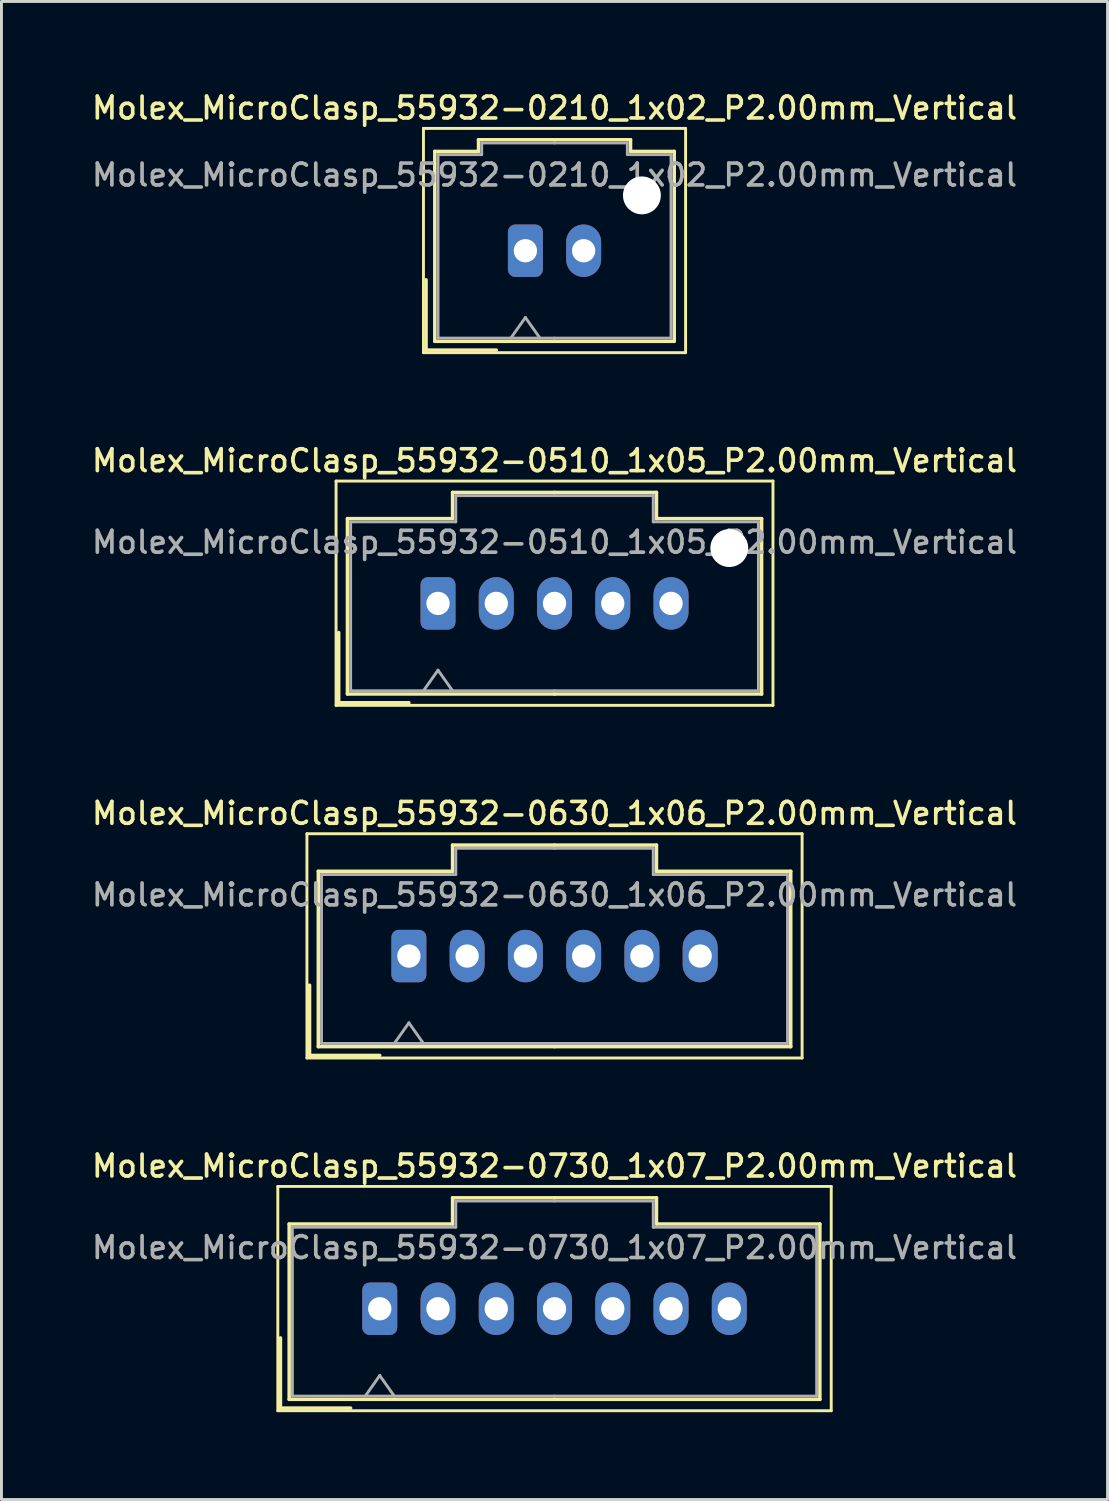
<source format=kicad_pcb>
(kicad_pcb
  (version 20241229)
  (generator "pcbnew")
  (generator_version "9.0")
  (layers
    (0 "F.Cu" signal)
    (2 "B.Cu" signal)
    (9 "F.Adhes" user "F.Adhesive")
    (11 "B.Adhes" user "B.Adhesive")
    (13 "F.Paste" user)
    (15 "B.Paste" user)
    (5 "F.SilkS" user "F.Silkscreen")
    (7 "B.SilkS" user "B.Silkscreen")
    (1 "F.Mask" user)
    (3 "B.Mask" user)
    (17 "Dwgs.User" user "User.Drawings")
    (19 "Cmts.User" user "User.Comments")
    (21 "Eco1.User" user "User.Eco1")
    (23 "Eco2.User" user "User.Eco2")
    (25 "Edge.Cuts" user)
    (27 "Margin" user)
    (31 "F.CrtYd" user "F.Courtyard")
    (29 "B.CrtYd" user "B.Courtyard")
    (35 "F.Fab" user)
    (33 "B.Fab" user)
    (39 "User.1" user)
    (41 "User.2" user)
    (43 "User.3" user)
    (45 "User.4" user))
  (footprint "Molex_MicroClasp_55932-0210_1x02_P2.00mm_Vertical"
    (layer "F.Cu")
    (at 14.988 5.558)
    (property "Reference" "Molex_MicroClasp_55932-0210_1x02_P2.00mm_Vertical" (at 1 -4.9 0) (layer "F.SilkS") (effects (font (size 0.75 0.75) (thickness 0.125))))
    (attr through_hole)
    (fp_line (start -3.5 -4.2) (end -3.5 3.5) (stroke (width 0.1) (type solid)) (layer "F.SilkS"))
    (fp_line (start -3.5 3.5) (end 5.5 3.5) (stroke (width 0.1) (type solid)) (layer "F.SilkS"))
    (fp_line (start -3.41 1) (end -3.41 3.41) (stroke (width 0.12) (type solid)) (layer "F.SilkS"))
    (fp_line (start -3.41 3.41) (end -1 3.41) (stroke (width 0.12) (type solid)) (layer "F.SilkS"))
    (fp_line (start -3.11 -3.41) (end -3.11 3.11) (stroke (width 0.12) (type solid)) (layer "F.SilkS"))
    (fp_line (start -3.11 3.11) (end 1 3.11) (stroke (width 0.12) (type solid)) (layer "F.SilkS"))
    (fp_line (start -1.61 -3.81) (end -1.61 -3.41) (stroke (width 0.12) (type solid)) (layer "F.SilkS"))
    (fp_line (start -1.61 -3.41) (end -3.11 -3.41) (stroke (width 0.12) (type solid)) (layer "F.SilkS"))
    (fp_line (start 1 -3.81) (end -1.61 -3.81) (stroke (width 0.12) (type solid)) (layer "F.SilkS"))
    (fp_line (start 1 -3.81) (end 3.61 -3.81) (stroke (width 0.12) (type solid)) (layer "F.SilkS"))
    (fp_line (start 3.61 -3.81) (end 3.61 -3.41) (stroke (width 0.12) (type solid)) (layer "F.SilkS"))
    (fp_line (start 3.61 -3.41) (end 5.11 -3.41) (stroke (width 0.12) (type solid)) (layer "F.SilkS"))
    (fp_line (start 5.11 -3.41) (end 5.11 3.11) (stroke (width 0.12) (type solid)) (layer "F.SilkS"))
    (fp_line (start 5.11 3.11) (end 1 3.11) (stroke (width 0.12) (type solid)) (layer "F.SilkS"))
    (fp_line (start 5.5 -4.2) (end -3.5 -4.2) (stroke (width 0.1) (type solid)) (layer "F.SilkS"))
    (fp_line (start 5.5 3.5) (end 5.5 -4.2) (stroke (width 0.1) (type solid)) (layer "F.SilkS"))
    (fp_line (start -3 -3.3) (end -3 3) (stroke (width 0.1) (type solid)) (layer "F.Fab"))
    (fp_line (start -3 3) (end 1 3) (stroke (width 0.1) (type solid)) (layer "F.Fab"))
    (fp_line (start -1.5 -3.7) (end -1.5 -3.3) (stroke (width 0.1) (type solid)) (layer "F.Fab"))
    (fp_line (start -1.5 -3.3) (end -3 -3.3) (stroke (width 0.1) (type solid)) (layer "F.Fab"))
    (fp_line (start -0.5 3) (end 0 2.293) (stroke (width 0.1) (type solid)) (layer "F.Fab"))
    (fp_line (start 0 2.293) (end 0.5 3) (stroke (width 0.1) (type solid)) (layer "F.Fab"))
    (fp_line (start 1 -3.7) (end -1.5 -3.7) (stroke (width 0.1) (type solid)) (layer "F.Fab"))
    (fp_line (start 1 -3.7) (end 3.5 -3.7) (stroke (width 0.1) (type solid)) (layer "F.Fab"))
    (fp_line (start 3.5 -3.7) (end 3.5 -3.3) (stroke (width 0.1) (type solid)) (layer "F.Fab"))
    (fp_line (start 3.5 -3.3) (end 5 -3.3) (stroke (width 0.1) (type solid)) (layer "F.Fab"))
    (fp_line (start 5 -3.3) (end 5 3) (stroke (width 0.1) (type solid)) (layer "F.Fab"))
    (fp_line (start 5 3) (end 1 3) (stroke (width 0.1) (type solid)) (layer "F.Fab"))
    (fp_text user "${REFERENCE}" (at 1 -2.6 0) (layer "F.Fab") (effects (font (size 0.75 0.75) (thickness 0.125))))
    (pad "" np_thru_hole circle (at 4 -1.9) (size 1.3 1.3) (drill 1.3) (layers "*.Cu" "*.Mask"))
    (pad "1" thru_hole roundrect (at 0 0) (size 1.2 1.8) (drill 0.8) (layers "*.Cu" "*.Mask") (roundrect_rratio 0.208))
    (pad "2" thru_hole oval (at 2 0) (size 1.2 1.8) (drill 0.8) (layers "*.Cu" "*.Mask")))
  (footprint "Molex_MicroClasp_55932-0630_1x06_P2.00mm_Vertical"
    (layer "F.Cu")
    (at 10.988 29.774)
    (property "Reference" "Molex_MicroClasp_55932-0630_1x06_P2.00mm_Vertical" (at 5 -4.9 0) (layer "F.SilkS") (effects (font (size 0.75 0.75) (thickness 0.125))))
    (attr through_hole)
    (fp_line (start -3.5 -4.2) (end -3.5 3.5) (stroke (width 0.1) (type solid)) (layer "F.SilkS"))
    (fp_line (start -3.5 3.5) (end 13.5 3.5) (stroke (width 0.1) (type solid)) (layer "F.SilkS"))
    (fp_line (start -3.41 1) (end -3.41 3.41) (stroke (width 0.12) (type solid)) (layer "F.SilkS"))
    (fp_line (start -3.41 3.41) (end -1 3.41) (stroke (width 0.12) (type solid)) (layer "F.SilkS"))
    (fp_line (start -3.11 -2.91) (end -3.11 3.11) (stroke (width 0.12) (type solid)) (layer "F.SilkS"))
    (fp_line (start -3.11 3.11) (end 5 3.11) (stroke (width 0.12) (type solid)) (layer "F.SilkS"))
    (fp_line (start 1.5 -3.81) (end 1.5 -2.91) (stroke (width 0.12) (type solid)) (layer "F.SilkS"))
    (fp_line (start 1.5 -2.91) (end -3.11 -2.91) (stroke (width 0.12) (type solid)) (layer "F.SilkS"))
    (fp_line (start 5 -3.81) (end 1.5 -3.81) (stroke (width 0.12) (type solid)) (layer "F.SilkS"))
    (fp_line (start 5 -3.81) (end 8.5 -3.81) (stroke (width 0.12) (type solid)) (layer "F.SilkS"))
    (fp_line (start 8.5 -3.81) (end 8.5 -2.91) (stroke (width 0.12) (type solid)) (layer "F.SilkS"))
    (fp_line (start 8.5 -2.91) (end 13.11 -2.91) (stroke (width 0.12) (type solid)) (layer "F.SilkS"))
    (fp_line (start 13.11 -2.91) (end 13.11 3.11) (stroke (width 0.12) (type solid)) (layer "F.SilkS"))
    (fp_line (start 13.11 3.11) (end 5 3.11) (stroke (width 0.12) (type solid)) (layer "F.SilkS"))
    (fp_line (start 13.5 -4.2) (end -3.5 -4.2) (stroke (width 0.1) (type solid)) (layer "F.SilkS"))
    (fp_line (start 13.5 3.5) (end 13.5 -4.2) (stroke (width 0.1) (type solid)) (layer "F.SilkS"))
    (fp_line (start -3 -2.8) (end -3 3) (stroke (width 0.1) (type solid)) (layer "F.Fab"))
    (fp_line (start -3 3) (end 5 3) (stroke (width 0.1) (type solid)) (layer "F.Fab"))
    (fp_line (start -0.5 3) (end 0 2.293) (stroke (width 0.1) (type solid)) (layer "F.Fab"))
    (fp_line (start 0 2.293) (end 0.5 3) (stroke (width 0.1) (type solid)) (layer "F.Fab"))
    (fp_line (start 1.61 -3.7) (end 1.61 -2.8) (stroke (width 0.1) (type solid)) (layer "F.Fab"))
    (fp_line (start 1.61 -2.8) (end -3 -2.8) (stroke (width 0.1) (type solid)) (layer "F.Fab"))
    (fp_line (start 5 -3.7) (end 1.61 -3.7) (stroke (width 0.1) (type solid)) (layer "F.Fab"))
    (fp_line (start 5 -3.7) (end 8.39 -3.7) (stroke (width 0.1) (type solid)) (layer "F.Fab"))
    (fp_line (start 8.39 -3.7) (end 8.39 -2.8) (stroke (width 0.1) (type solid)) (layer "F.Fab"))
    (fp_line (start 8.39 -2.8) (end 13 -2.8) (stroke (width 0.1) (type solid)) (layer "F.Fab"))
    (fp_line (start 13 -2.8) (end 13 3) (stroke (width 0.1) (type solid)) (layer "F.Fab"))
    (fp_line (start 13 3) (end 5 3) (stroke (width 0.1) (type solid)) (layer "F.Fab"))
    (fp_text user "${REFERENCE}" (at 5 -2.1 0) (layer "F.Fab") (effects (font (size 0.75 0.75) (thickness 0.125))))
    (pad "1" thru_hole roundrect (at 0 0) (size 1.2 1.8) (drill 0.8) (layers "*.Cu" "*.Mask") (roundrect_rratio 0.208))
    (pad "2" thru_hole oval (at 2 0) (size 1.2 1.8) (drill 0.8) (layers "*.Cu" "*.Mask"))
    (pad "3" thru_hole oval (at 4 0) (size 1.2 1.8) (drill 0.8) (layers "*.Cu" "*.Mask"))
    (pad "4" thru_hole oval (at 6 0) (size 1.2 1.8) (drill 0.8) (layers "*.Cu" "*.Mask"))
    (pad "5" thru_hole oval (at 8 0) (size 1.2 1.8) (drill 0.8) (layers "*.Cu" "*.Mask"))
    (pad "6" thru_hole oval (at 10 0) (size 1.2 1.8) (drill 0.8) (layers "*.Cu" "*.Mask")))
  (footprint "Molex_MicroClasp_55932-0510_1x05_P2.00mm_Vertical"
    (layer "F.Cu")
    (at 11.988 17.666)
    (property "Reference" "Molex_MicroClasp_55932-0510_1x05_P2.00mm_Vertical" (at 4 -4.9 0) (layer "F.SilkS") (effects (font (size 0.75 0.75) (thickness 0.125))))
    (attr through_hole)
    (fp_line (start -3.5 -4.2) (end -3.5 3.5) (stroke (width 0.1) (type solid)) (layer "F.SilkS"))
    (fp_line (start -3.5 3.5) (end 11.5 3.5) (stroke (width 0.1) (type solid)) (layer "F.SilkS"))
    (fp_line (start -3.41 1) (end -3.41 3.41) (stroke (width 0.12) (type solid)) (layer "F.SilkS"))
    (fp_line (start -3.41 3.41) (end -1 3.41) (stroke (width 0.12) (type solid)) (layer "F.SilkS"))
    (fp_line (start -3.11 -2.91) (end -3.11 3.11) (stroke (width 0.12) (type solid)) (layer "F.SilkS"))
    (fp_line (start -3.11 3.11) (end 4 3.11) (stroke (width 0.12) (type solid)) (layer "F.SilkS"))
    (fp_line (start 0.5 -3.81) (end 0.5 -2.91) (stroke (width 0.12) (type solid)) (layer "F.SilkS"))
    (fp_line (start 0.5 -2.91) (end -3.11 -2.91) (stroke (width 0.12) (type solid)) (layer "F.SilkS"))
    (fp_line (start 4 -3.81) (end 0.5 -3.81) (stroke (width 0.12) (type solid)) (layer "F.SilkS"))
    (fp_line (start 4 -3.81) (end 7.5 -3.81) (stroke (width 0.12) (type solid)) (layer "F.SilkS"))
    (fp_line (start 7.5 -3.81) (end 7.5 -2.91) (stroke (width 0.12) (type solid)) (layer "F.SilkS"))
    (fp_line (start 7.5 -2.91) (end 11.11 -2.91) (stroke (width 0.12) (type solid)) (layer "F.SilkS"))
    (fp_line (start 11.11 -2.91) (end 11.11 3.11) (stroke (width 0.12) (type solid)) (layer "F.SilkS"))
    (fp_line (start 11.11 3.11) (end 4 3.11) (stroke (width 0.12) (type solid)) (layer "F.SilkS"))
    (fp_line (start 11.5 -4.2) (end -3.5 -4.2) (stroke (width 0.1) (type solid)) (layer "F.SilkS"))
    (fp_line (start 11.5 3.5) (end 11.5 -4.2) (stroke (width 0.1) (type solid)) (layer "F.SilkS"))
    (fp_line (start -3 -2.8) (end -3 3) (stroke (width 0.1) (type solid)) (layer "F.Fab"))
    (fp_line (start -3 3) (end 4 3) (stroke (width 0.1) (type solid)) (layer "F.Fab"))
    (fp_line (start -0.5 3) (end 0 2.293) (stroke (width 0.1) (type solid)) (layer "F.Fab"))
    (fp_line (start 0 2.293) (end 0.5 3) (stroke (width 0.1) (type solid)) (layer "F.Fab"))
    (fp_line (start 0.61 -3.7) (end 0.61 -2.8) (stroke (width 0.1) (type solid)) (layer "F.Fab"))
    (fp_line (start 0.61 -2.8) (end -3 -2.8) (stroke (width 0.1) (type solid)) (layer "F.Fab"))
    (fp_line (start 4 -3.7) (end 0.61 -3.7) (stroke (width 0.1) (type solid)) (layer "F.Fab"))
    (fp_line (start 4 -3.7) (end 7.39 -3.7) (stroke (width 0.1) (type solid)) (layer "F.Fab"))
    (fp_line (start 7.39 -3.7) (end 7.39 -2.8) (stroke (width 0.1) (type solid)) (layer "F.Fab"))
    (fp_line (start 7.39 -2.8) (end 11 -2.8) (stroke (width 0.1) (type solid)) (layer "F.Fab"))
    (fp_line (start 11 -2.8) (end 11 3) (stroke (width 0.1) (type solid)) (layer "F.Fab"))
    (fp_line (start 11 3) (end 4 3) (stroke (width 0.1) (type solid)) (layer "F.Fab"))
    (fp_text user "${REFERENCE}" (at 4 -2.1 0) (layer "F.Fab") (effects (font (size 0.75 0.75) (thickness 0.125))))
    (pad "" np_thru_hole circle (at 10 -1.9) (size 1.3 1.3) (drill 1.3) (layers "*.Cu" "*.Mask"))
    (pad "1" thru_hole roundrect (at 0 0) (size 1.2 1.8) (drill 0.8) (layers "*.Cu" "*.Mask") (roundrect_rratio 0.208))
    (pad "2" thru_hole oval (at 2 0) (size 1.2 1.8) (drill 0.8) (layers "*.Cu" "*.Mask"))
    (pad "3" thru_hole oval (at 4 0) (size 1.2 1.8) (drill 0.8) (layers "*.Cu" "*.Mask"))
    (pad "4" thru_hole oval (at 6 0) (size 1.2 1.8) (drill 0.8) (layers "*.Cu" "*.Mask"))
    (pad "5" thru_hole oval (at 8 0) (size 1.2 1.8) (drill 0.8) (layers "*.Cu" "*.Mask")))
  (footprint "Molex_MicroClasp_55932-0730_1x07_P2.00mm_Vertical"
    (layer "F.Cu")
    (at 9.988 41.883)
    (property "Reference" "Molex_MicroClasp_55932-0730_1x07_P2.00mm_Vertical" (at 6 -4.9 0) (layer "F.SilkS") (effects (font (size 0.75 0.75) (thickness 0.125))))
    (attr through_hole)
    (fp_line (start -3.5 -4.2) (end -3.5 3.5) (stroke (width 0.1) (type solid)) (layer "F.SilkS"))
    (fp_line (start -3.5 3.5) (end 15.5 3.5) (stroke (width 0.1) (type solid)) (layer "F.SilkS"))
    (fp_line (start -3.41 1) (end -3.41 3.41) (stroke (width 0.12) (type solid)) (layer "F.SilkS"))
    (fp_line (start -3.41 3.41) (end -1 3.41) (stroke (width 0.12) (type solid)) (layer "F.SilkS"))
    (fp_line (start -3.11 -2.91) (end -3.11 3.11) (stroke (width 0.12) (type solid)) (layer "F.SilkS"))
    (fp_line (start -3.11 3.11) (end 6 3.11) (stroke (width 0.12) (type solid)) (layer "F.SilkS"))
    (fp_line (start 2.5 -3.81) (end 2.5 -2.91) (stroke (width 0.12) (type solid)) (layer "F.SilkS"))
    (fp_line (start 2.5 -2.91) (end -3.11 -2.91) (stroke (width 0.12) (type solid)) (layer "F.SilkS"))
    (fp_line (start 6 -3.81) (end 2.5 -3.81) (stroke (width 0.12) (type solid)) (layer "F.SilkS"))
    (fp_line (start 6 -3.81) (end 9.5 -3.81) (stroke (width 0.12) (type solid)) (layer "F.SilkS"))
    (fp_line (start 9.5 -3.81) (end 9.5 -2.91) (stroke (width 0.12) (type solid)) (layer "F.SilkS"))
    (fp_line (start 9.5 -2.91) (end 15.11 -2.91) (stroke (width 0.12) (type solid)) (layer "F.SilkS"))
    (fp_line (start 15.11 -2.91) (end 15.11 3.11) (stroke (width 0.12) (type solid)) (layer "F.SilkS"))
    (fp_line (start 15.11 3.11) (end 6 3.11) (stroke (width 0.12) (type solid)) (layer "F.SilkS"))
    (fp_line (start 15.5 -4.2) (end -3.5 -4.2) (stroke (width 0.1) (type solid)) (layer "F.SilkS"))
    (fp_line (start 15.5 3.5) (end 15.5 -4.2) (stroke (width 0.1) (type solid)) (layer "F.SilkS"))
    (fp_line (start -3 -2.8) (end -3 3) (stroke (width 0.1) (type solid)) (layer "F.Fab"))
    (fp_line (start -3 3) (end 6 3) (stroke (width 0.1) (type solid)) (layer "F.Fab"))
    (fp_line (start -0.5 3) (end 0 2.293) (stroke (width 0.1) (type solid)) (layer "F.Fab"))
    (fp_line (start 0 2.293) (end 0.5 3) (stroke (width 0.1) (type solid)) (layer "F.Fab"))
    (fp_line (start 2.61 -3.7) (end 2.61 -2.8) (stroke (width 0.1) (type solid)) (layer "F.Fab"))
    (fp_line (start 2.61 -2.8) (end -3 -2.8) (stroke (width 0.1) (type solid)) (layer "F.Fab"))
    (fp_line (start 6 -3.7) (end 2.61 -3.7) (stroke (width 0.1) (type solid)) (layer "F.Fab"))
    (fp_line (start 6 -3.7) (end 9.39 -3.7) (stroke (width 0.1) (type solid)) (layer "F.Fab"))
    (fp_line (start 9.39 -3.7) (end 9.39 -2.8) (stroke (width 0.1) (type solid)) (layer "F.Fab"))
    (fp_line (start 9.39 -2.8) (end 15 -2.8) (stroke (width 0.1) (type solid)) (layer "F.Fab"))
    (fp_line (start 15 -2.8) (end 15 3) (stroke (width 0.1) (type solid)) (layer "F.Fab"))
    (fp_line (start 15 3) (end 6 3) (stroke (width 0.1) (type solid)) (layer "F.Fab"))
    (fp_text user "${REFERENCE}" (at 6 -2.1 0) (layer "F.Fab") (effects (font (size 0.75 0.75) (thickness 0.125))))
    (pad "1" thru_hole roundrect (at 0 0) (size 1.2 1.8) (drill 0.8) (layers "*.Cu" "*.Mask") (roundrect_rratio 0.208))
    (pad "2" thru_hole oval (at 2 0) (size 1.2 1.8) (drill 0.8) (layers "*.Cu" "*.Mask"))
    (pad "3" thru_hole oval (at 4 0) (size 1.2 1.8) (drill 0.8) (layers "*.Cu" "*.Mask"))
    (pad "4" thru_hole oval (at 6 0) (size 1.2 1.8) (drill 0.8) (layers "*.Cu" "*.Mask"))
    (pad "5" thru_hole oval (at 8 0) (size 1.2 1.8) (drill 0.8) (layers "*.Cu" "*.Mask"))
    (pad "6" thru_hole oval (at 10 0) (size 1.2 1.8) (drill 0.8) (layers "*.Cu" "*.Mask"))
    (pad "7" thru_hole oval (at 12 0) (size 1.2 1.8) (drill 0.8) (layers "*.Cu" "*.Mask")))
  (gr_rect
    (start -3 -3)
    (end 34.975 48.432)
    (stroke (width 0.1) (type default))
    (fill no)
    (layer "Edge.Cuts")))
</source>
